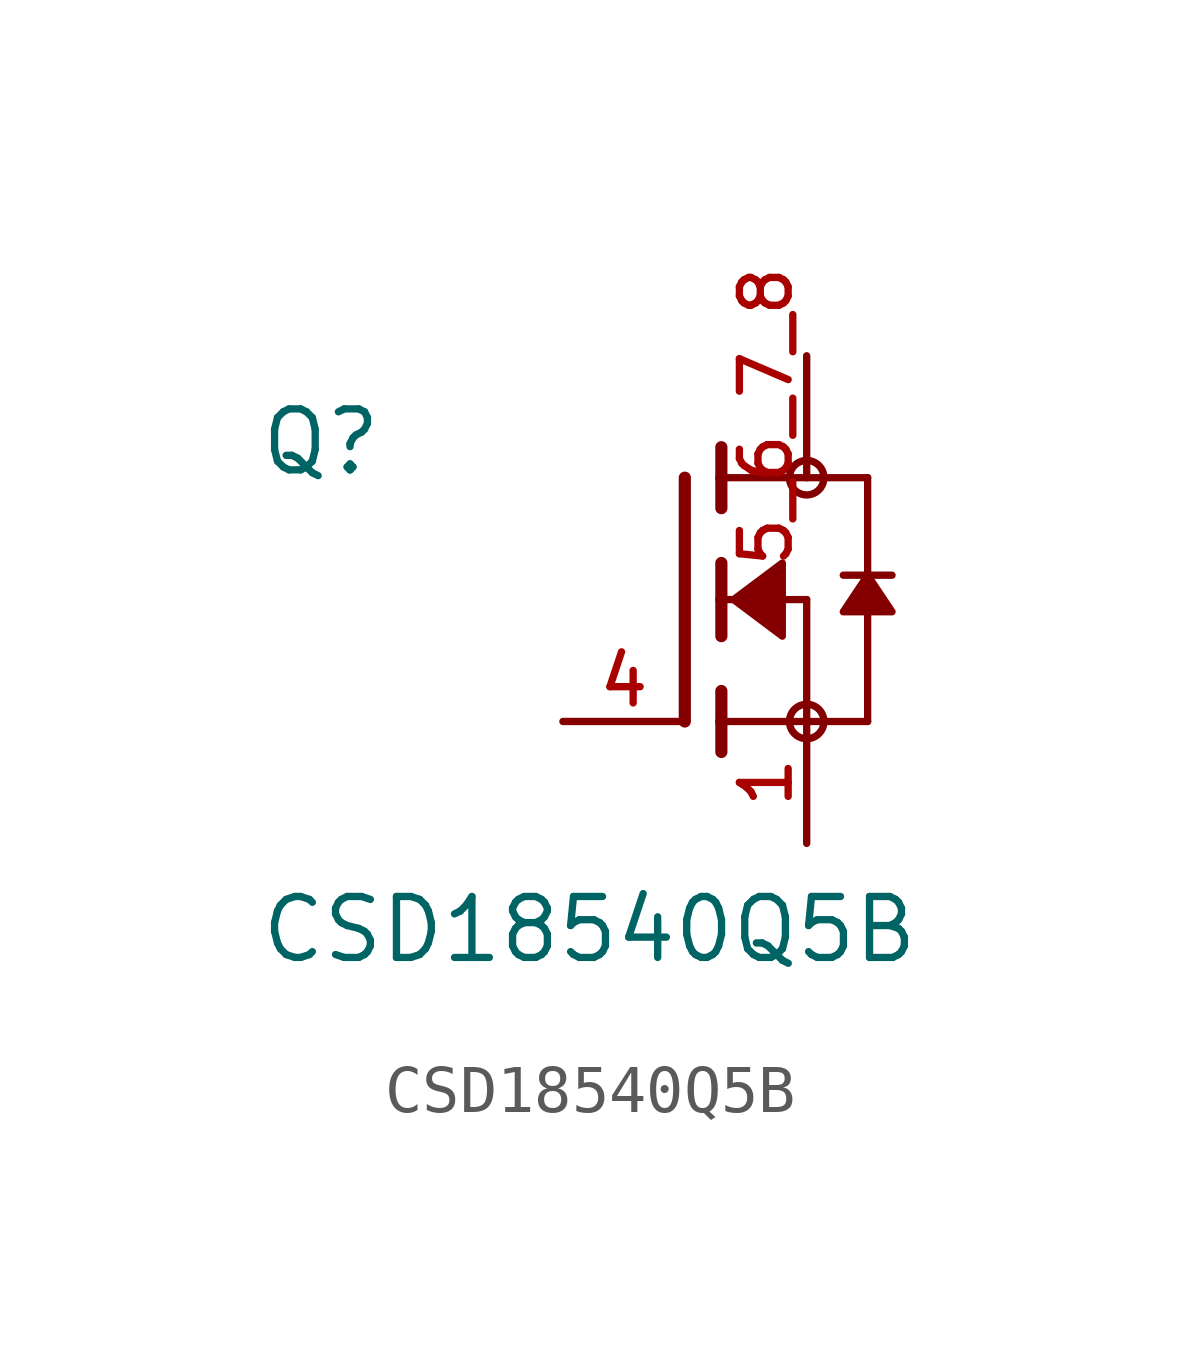
<source format=kicad_sym>
(kicad_symbol_lib
  (version 20241209)
  (generator "kicad_symbol_editor")
  (generator_version "9.0")
  (symbol "CSD18540Q5B"
    (pin_names
      (offset 1.016))
    (property "Reference" "Q"
      (at -8.89 2.54 0)
      (effects (font (size 1.27 1.27)) (justify left bottom)))
    (property "Value" "CSD18540Q5B"
      (at -8.89 -7.62 0)
      (effects (font (size 1.27 1.27)) (justify left bottom)))
    (symbol "CSD18540Q5B_0_0"
      (polyline (pts (xy 0 2.54) (xy 0 -2.54)) (stroke (width 0.254) (type default)) (fill (type none)))
      (polyline (pts (xy 0.762 3.175) (xy 0.762 2.54)) (stroke (width 0.254) (type default)) (fill (type none)))
      (polyline (pts (xy 0.762 2.54) (xy 0.762 1.905)) (stroke (width 0.254) (type default)) (fill (type none)))
      (polyline (pts (xy 0.762 2.54) (xy 3.81 2.54)) (stroke (width 0.152) (type default)) (fill (type none)))
      (polyline (pts (xy 0.762 0.762) (xy 0.762 0)) (stroke (width 0.254) (type default)) (fill (type none)))
      (polyline (pts (xy 0.762 0) (xy 0.762 -0.762)) (stroke (width 0.254) (type default)) (fill (type none)))
      (polyline (pts (xy 0.762 0) (xy 2.54 0)) (stroke (width 0.152) (type default)) (fill (type none)))
      (polyline (pts (xy 0.762 -1.905) (xy 0.762 -2.54)) (stroke (width 0.254) (type default)) (fill (type none)))
      (polyline (pts (xy 0.762 -2.54) (xy 0.762 -3.175)) (stroke (width 0.254) (type default)) (fill (type none)))
      (polyline (pts (xy 1.016 0) (xy 2.032 0.762) (xy 2.032 -0.762) (xy 1.016 0)) (stroke (width 0.152) (type default)) (fill (type outline)))
      (circle (center 2.54 2.54) (radius 0.359) (stroke (width 0) (type default)) (fill (type none)))
      (polyline (pts (xy 2.54 0) (xy 2.54 -2.54)) (stroke (width 0.152) (type default)) (fill (type none)))
      (polyline (pts (xy 2.54 -2.54) (xy 0.762 -2.54)) (stroke (width 0.152) (type default)) (fill (type none)))
      (polyline (pts (xy 2.54 -2.54) (xy 3.81 -2.54)) (stroke (width 0.152) (type default)) (fill (type none)))
      (circle (center 2.54 -2.54) (radius 0.359) (stroke (width 0) (type default)) (fill (type none)))
      (polyline (pts (xy 3.81 2.54) (xy 3.81 0.508)) (stroke (width 0.152) (type default)) (fill (type none)))
      (polyline (pts (xy 3.81 0.508) (xy 3.302 0.508)) (stroke (width 0.152) (type default)) (fill (type none)))
      (polyline (pts (xy 3.81 0.508) (xy 3.81 -2.54)) (stroke (width 0.152) (type default)) (fill (type none)))
      (polyline (pts (xy 3.81 0.508) (xy 3.302 -0.254) (xy 4.318 -0.254) (xy 3.81 0.508)) (stroke (width 0.152) (type default)) (fill (type outline)))
      (polyline (pts (xy 4.318 0.508) (xy 3.81 0.508)) (stroke (width 0.152) (type default)) (fill (type none)))
      (pin passive line (at -2.54 -2.54 0) (length 2.54) (name "~" (effects (font (size 1.016 1.016)))) (number "4" (effects (font (size 1.016 1.016)))))
      (pin passive line (at 2.54 5.08 270) (length 2.54) (name "~" (effects (font (size 1.016 1.016)))) (number "5_6_7_8" (effects (font (size 1.016 1.016)))))
      (pin passive line (at 2.54 -5.08 90) (length 2.54) (name "~" (effects (font (size 1.016 1.016)))) (number "1" (effects (font (size 1.016 1.016)))))
      (pin passive line (at 2.54 -5.08 90) (length 2.54) (hide yes) (name "~" (effects (font (size 1.016 1.016)))) (number "2" (effects (font (size 1.016 1.016)))))
      (pin passive line (at 2.54 -5.08 90) (length 2.54) (hide yes) (name "~" (effects (font (size 1.016 1.016)))) (number "3" (effects (font (size 1.016 1.016))))))))
</source>
